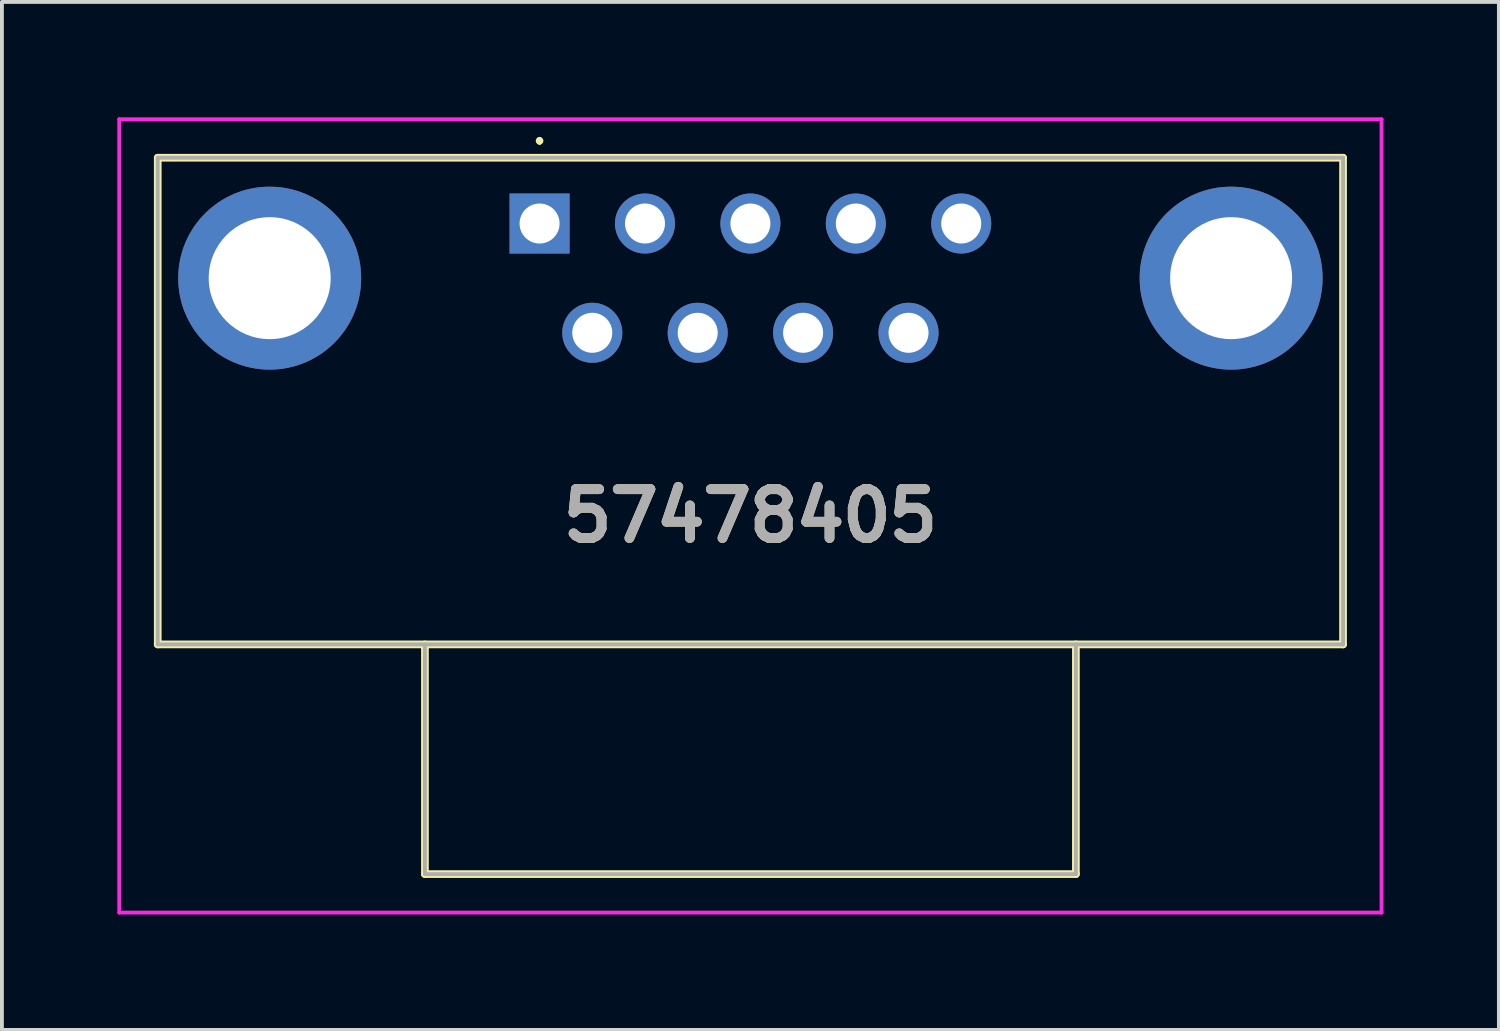
<source format=kicad_pcb>
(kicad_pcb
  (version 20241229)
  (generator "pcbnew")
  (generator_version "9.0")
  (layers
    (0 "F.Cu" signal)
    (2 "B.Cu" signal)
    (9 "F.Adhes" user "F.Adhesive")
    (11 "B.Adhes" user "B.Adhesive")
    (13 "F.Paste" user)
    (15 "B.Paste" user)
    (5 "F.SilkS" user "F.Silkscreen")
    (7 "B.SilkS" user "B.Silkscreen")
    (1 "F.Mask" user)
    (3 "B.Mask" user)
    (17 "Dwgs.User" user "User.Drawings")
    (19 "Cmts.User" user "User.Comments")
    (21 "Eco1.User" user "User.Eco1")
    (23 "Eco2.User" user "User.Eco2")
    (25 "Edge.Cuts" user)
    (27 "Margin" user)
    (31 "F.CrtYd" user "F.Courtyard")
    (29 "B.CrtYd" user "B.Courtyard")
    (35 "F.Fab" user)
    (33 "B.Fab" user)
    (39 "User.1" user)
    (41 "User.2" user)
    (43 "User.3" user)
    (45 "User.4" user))
  (footprint "57478405"
    (layer "F.Cu")
    (at 10.975 2.76)
    (property "Reference" "57478405" (at 5.48 7.6 0) (layer "F.SilkS") (effects (font (size 1.27 1.27) (thickness 0.254))))
    (attr through_hole)
    (fp_line (start -9.925 -1.71) (end -9.925 10.94) (stroke (width 0.2) (type solid)) (layer "F.SilkS"))
    (fp_line (start -9.925 10.94) (end 20.885 10.94) (stroke (width 0.2) (type solid)) (layer "F.SilkS"))
    (fp_line (start -2.98 10.94) (end -2.98 16.91) (stroke (width 0.2) (type solid)) (layer "F.SilkS"))
    (fp_line (start -2.98 16.91) (end 13.94 16.91) (stroke (width 0.2) (type solid)) (layer "F.SilkS"))
    (fp_line (start 0 -2.2) (end 0 -2.2) (stroke (width 0.1) (type solid)) (layer "F.SilkS"))
    (fp_line (start 0 -2.1) (end 0 -2.1) (stroke (width 0.1) (type solid)) (layer "F.SilkS"))
    (fp_line (start 13.94 16.91) (end 13.94 10.94) (stroke (width 0.2) (type solid)) (layer "F.SilkS"))
    (fp_line (start 20.885 -1.71) (end -9.925 -1.71) (stroke (width 0.2) (type solid)) (layer "F.SilkS"))
    (fp_line (start 20.885 10.94) (end 20.885 -1.71) (stroke (width 0.2) (type solid)) (layer "F.SilkS"))
    (fp_arc (start 0 -2.2) (mid 0.05 -2.15) (end 0 -2.1) (stroke (width 0.1) (type solid)) (layer "F.SilkS"))
    (fp_arc (start 0 -2.1) (mid -0.05 -2.15) (end 0 -2.2) (stroke (width 0.1) (type solid)) (layer "F.SilkS"))
    (fp_line (start -10.925 -2.71) (end -10.925 17.91) (stroke (width 0.1) (type solid)) (layer "F.CrtYd"))
    (fp_line (start -10.925 17.91) (end 21.885 17.91) (stroke (width 0.1) (type solid)) (layer "F.CrtYd"))
    (fp_line (start 21.885 -2.71) (end -10.925 -2.71) (stroke (width 0.1) (type solid)) (layer "F.CrtYd"))
    (fp_line (start 21.885 17.91) (end 21.885 -2.71) (stroke (width 0.1) (type solid)) (layer "F.CrtYd"))
    (fp_line (start -9.925 -1.71) (end -9.925 10.94) (stroke (width 0.1) (type solid)) (layer "F.Fab"))
    (fp_line (start -9.925 10.94) (end 20.885 10.94) (stroke (width 0.1) (type solid)) (layer "F.Fab"))
    (fp_line (start -2.98 10.94) (end -2.98 16.91) (stroke (width 0.1) (type solid)) (layer "F.Fab"))
    (fp_line (start -2.98 16.91) (end 13.94 16.91) (stroke (width 0.1) (type solid)) (layer "F.Fab"))
    (fp_line (start 13.94 16.91) (end 13.94 10.94) (stroke (width 0.1) (type solid)) (layer "F.Fab"))
    (fp_line (start 20.885 -1.71) (end -9.925 -1.71) (stroke (width 0.1) (type solid)) (layer "F.Fab"))
    (fp_line (start 20.885 10.94) (end 20.885 -1.71) (stroke (width 0.1) (type solid)) (layer "F.Fab"))
    (fp_text user "${REFERENCE}" (at 5.48 7.6 0) (layer "F.Fab") (effects (font (size 1.27 1.27) (thickness 0.254))))
    (pad "1" thru_hole rect (at 0 0) (size 1.56 1.56) (drill 1.04) (layers "*.Cu" "*.Mask"))
    (pad "2" thru_hole circle (at 2.74 0) (size 1.56 1.56) (drill 1.04) (layers "*.Cu" "*.Mask"))
    (pad "3" thru_hole circle (at 5.48 0) (size 1.56 1.56) (drill 1.04) (layers "*.Cu" "*.Mask"))
    (pad "4" thru_hole circle (at 8.22 0) (size 1.56 1.56) (drill 1.04) (layers "*.Cu" "*.Mask"))
    (pad "5" thru_hole circle (at 10.96 0) (size 1.56 1.56) (drill 1.04) (layers "*.Cu" "*.Mask"))
    (pad "6" thru_hole circle (at 1.37 2.84) (size 1.56 1.56) (drill 1.04) (layers "*.Cu" "*.Mask"))
    (pad "7" thru_hole circle (at 4.11 2.84) (size 1.56 1.56) (drill 1.04) (layers "*.Cu" "*.Mask"))
    (pad "8" thru_hole circle (at 6.85 2.84) (size 1.56 1.56) (drill 1.04) (layers "*.Cu" "*.Mask"))
    (pad "9" thru_hole circle (at 9.59 2.84) (size 1.56 1.56) (drill 1.04) (layers "*.Cu" "*.Mask"))
    (pad "MH1" thru_hole circle (at -7.015 1.42) (size 4.755 4.755) (drill 3.17) (layers "*.Cu" "*.Mask"))
    (pad "MH2" thru_hole circle (at 17.975 1.42) (size 4.755 4.755) (drill 3.17) (layers "*.Cu" "*.Mask")))
  (gr_rect
    (start -3 -3)
    (end 35.91 23.72)
    (stroke (width 0.1) (type default))
    (fill no)
    (layer "Edge.Cuts")))
</source>
